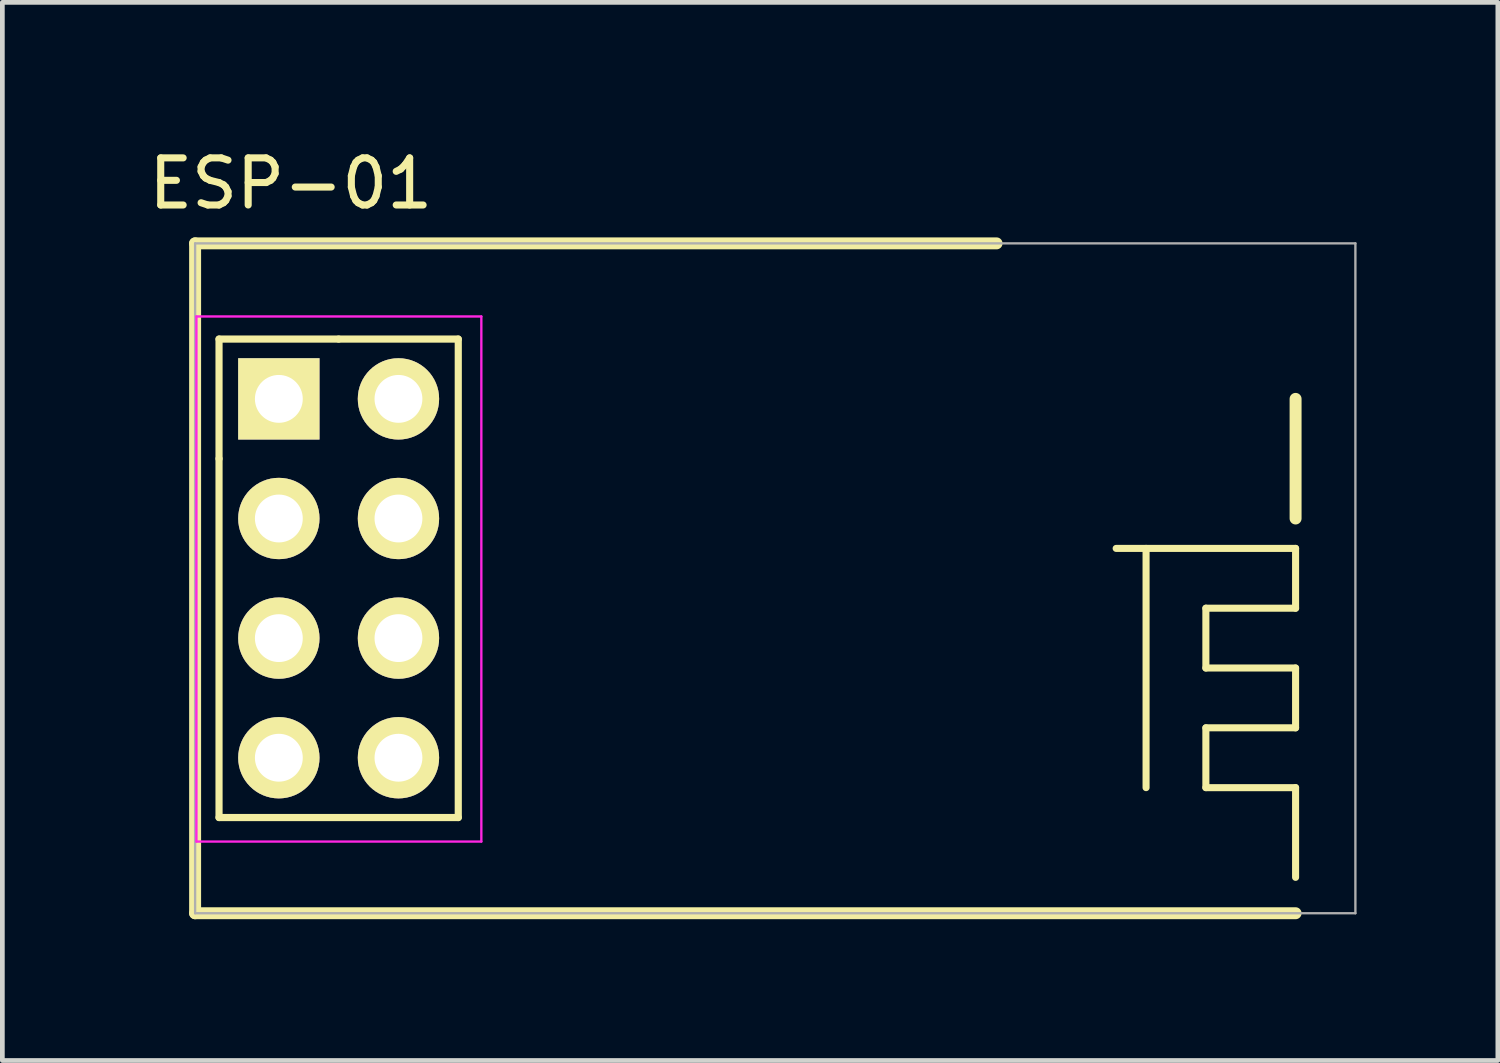
<source format=kicad_pcb>
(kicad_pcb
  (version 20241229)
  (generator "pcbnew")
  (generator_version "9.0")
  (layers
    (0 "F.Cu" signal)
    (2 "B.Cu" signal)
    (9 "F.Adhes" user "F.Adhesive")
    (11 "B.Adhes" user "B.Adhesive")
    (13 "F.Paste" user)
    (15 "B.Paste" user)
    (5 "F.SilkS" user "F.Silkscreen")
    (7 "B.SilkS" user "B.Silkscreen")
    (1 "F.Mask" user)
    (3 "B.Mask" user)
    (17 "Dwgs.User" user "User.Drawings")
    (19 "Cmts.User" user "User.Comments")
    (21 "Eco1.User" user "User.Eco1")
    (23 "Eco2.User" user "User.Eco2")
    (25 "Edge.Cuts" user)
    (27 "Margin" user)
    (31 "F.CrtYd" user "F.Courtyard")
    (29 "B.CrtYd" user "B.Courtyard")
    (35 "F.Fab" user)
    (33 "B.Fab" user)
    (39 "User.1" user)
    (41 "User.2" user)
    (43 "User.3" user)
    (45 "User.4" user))
  (footprint "ESP-01"
    (layer "F.Cu")
    (at 2.871 5.42)
    (property "Reference" "ESP-01" (at 0.254 -4.572 0) (layer "F.SilkS") (effects (font (size 1 1) (thickness 0.15))))
    (attr through_hole)
    (fp_line (start -1.778 -3.302) (end 15.24 -3.302) (stroke (width 0.254) (type solid)) (layer "F.SilkS"))
    (fp_line (start -1.778 10.922) (end -1.778 -3.302) (stroke (width 0.254) (type solid)) (layer "F.SilkS"))
    (fp_line (start -1.27 -1.27) (end -1.27 1.27) (stroke (width 0.152) (type solid)) (layer "F.SilkS"))
    (fp_line (start -1.27 1.27) (end -1.27 8.89) (stroke (width 0.152) (type solid)) (layer "F.SilkS"))
    (fp_line (start -1.27 8.89) (end 3.81 8.89) (stroke (width 0.152) (type solid)) (layer "F.SilkS"))
    (fp_line (start 1.27 -1.27) (end -1.27 -1.27) (stroke (width 0.152) (type solid)) (layer "F.SilkS"))
    (fp_line (start 3.81 -1.27) (end 1.27 -1.27) (stroke (width 0.152) (type solid)) (layer "F.SilkS"))
    (fp_line (start 3.81 8.89) (end 3.81 -1.27) (stroke (width 0.152) (type solid)) (layer "F.SilkS"))
    (fp_line (start 17.78 3.175) (end 21.59 3.175) (stroke (width 0.15) (type solid)) (layer "F.SilkS"))
    (fp_line (start 18.415 3.175) (end 18.415 8.255) (stroke (width 0.15) (type solid)) (layer "F.SilkS"))
    (fp_line (start 19.685 4.445) (end 19.685 5.715) (stroke (width 0.15) (type solid)) (layer "F.SilkS"))
    (fp_line (start 19.685 5.715) (end 21.59 5.715) (stroke (width 0.15) (type solid)) (layer "F.SilkS"))
    (fp_line (start 19.685 6.985) (end 19.685 8.255) (stroke (width 0.15) (type solid)) (layer "F.SilkS"))
    (fp_line (start 19.685 8.255) (end 21.59 8.255) (stroke (width 0.15) (type solid)) (layer "F.SilkS"))
    (fp_line (start 21.59 2.54) (end 21.59 0) (stroke (width 0.254) (type solid)) (layer "F.SilkS"))
    (fp_line (start 21.59 3.175) (end 21.59 4.445) (stroke (width 0.15) (type solid)) (layer "F.SilkS"))
    (fp_line (start 21.59 4.445) (end 19.685 4.445) (stroke (width 0.15) (type solid)) (layer "F.SilkS"))
    (fp_line (start 21.59 5.715) (end 21.59 6.985) (stroke (width 0.15) (type solid)) (layer "F.SilkS"))
    (fp_line (start 21.59 6.985) (end 19.685 6.985) (stroke (width 0.15) (type solid)) (layer "F.SilkS"))
    (fp_line (start 21.59 8.255) (end 21.59 10.16) (stroke (width 0.15) (type solid)) (layer "F.SilkS"))
    (fp_line (start 21.59 10.922) (end -1.778 10.922) (stroke (width 0.254) (type solid)) (layer "F.SilkS"))
    (fp_line (start -1.75 -1.75) (end -1.75 9.4) (stroke (width 0.05) (type solid)) (layer "F.CrtYd"))
    (fp_line (start -1.75 -1.75) (end 4.3 -1.75) (stroke (width 0.05) (type solid)) (layer "F.CrtYd"))
    (fp_line (start -1.75 9.4) (end 4.3 9.4) (stroke (width 0.05) (type solid)) (layer "F.CrtYd"))
    (fp_line (start 4.3 -1.75) (end 4.3 9.4) (stroke (width 0.05) (type solid)) (layer "F.CrtYd"))
    (fp_line (start -1.778 -3.302) (end 22.86 -3.302) (stroke (width 0.05) (type solid)) (layer "F.Fab"))
    (fp_line (start -1.778 10.922) (end -1.778 -3.302) (stroke (width 0.05) (type solid)) (layer "F.Fab"))
    (fp_line (start 22.86 -3.302) (end 22.86 10.922) (stroke (width 0.05) (type solid)) (layer "F.Fab"))
    (fp_line (start 22.86 10.922) (end -1.778 10.922) (stroke (width 0.05) (type solid)) (layer "F.Fab"))
    (pad "1" thru_hole rect (at 0 0) (size 1.727 1.727) (drill 1.016) (layers "*.Cu" "*.Mask" "F.SilkS"))
    (pad "2" thru_hole oval (at 2.54 0) (size 1.727 1.727) (drill 1.016) (layers "*.Cu" "*.Mask" "F.SilkS"))
    (pad "3" thru_hole oval (at 0 2.54) (size 1.727 1.727) (drill 1.016) (layers "*.Cu" "*.Mask" "F.SilkS"))
    (pad "4" thru_hole oval (at 2.54 2.54) (size 1.727 1.727) (drill 1.016) (layers "*.Cu" "*.Mask" "F.SilkS"))
    (pad "5" thru_hole oval (at 0 5.08) (size 1.727 1.727) (drill 1.016) (layers "*.Cu" "*.Mask" "F.SilkS"))
    (pad "6" thru_hole oval (at 2.54 5.08) (size 1.727 1.727) (drill 1.016) (layers "*.Cu" "*.Mask" "F.SilkS"))
    (pad "7" thru_hole oval (at 0 7.62) (size 1.727 1.727) (drill 1.016) (layers "*.Cu" "*.Mask" "F.SilkS"))
    (pad "8" thru_hole oval (at 2.54 7.62) (size 1.727 1.727) (drill 1.016) (layers "*.Cu" "*.Mask" "F.SilkS")))
  (gr_rect
    (start -3 -3)
    (end 28.756 19.469)
    (stroke (width 0.1) (type default))
    (fill no)
    (layer "Edge.Cuts")))
</source>
